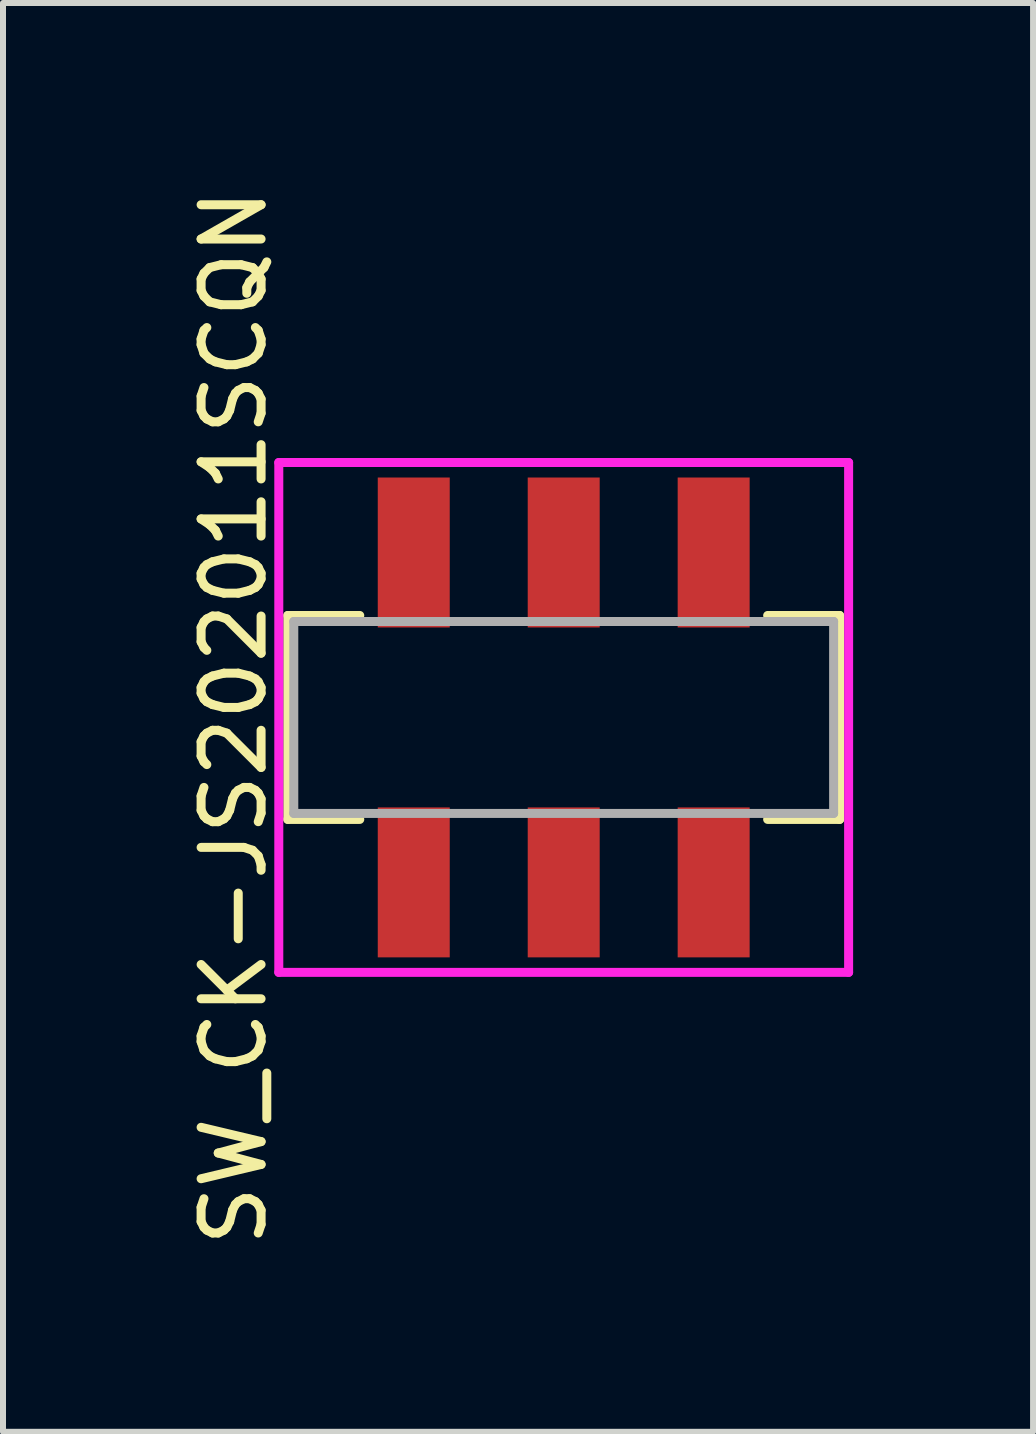
<source format=kicad_pcb>
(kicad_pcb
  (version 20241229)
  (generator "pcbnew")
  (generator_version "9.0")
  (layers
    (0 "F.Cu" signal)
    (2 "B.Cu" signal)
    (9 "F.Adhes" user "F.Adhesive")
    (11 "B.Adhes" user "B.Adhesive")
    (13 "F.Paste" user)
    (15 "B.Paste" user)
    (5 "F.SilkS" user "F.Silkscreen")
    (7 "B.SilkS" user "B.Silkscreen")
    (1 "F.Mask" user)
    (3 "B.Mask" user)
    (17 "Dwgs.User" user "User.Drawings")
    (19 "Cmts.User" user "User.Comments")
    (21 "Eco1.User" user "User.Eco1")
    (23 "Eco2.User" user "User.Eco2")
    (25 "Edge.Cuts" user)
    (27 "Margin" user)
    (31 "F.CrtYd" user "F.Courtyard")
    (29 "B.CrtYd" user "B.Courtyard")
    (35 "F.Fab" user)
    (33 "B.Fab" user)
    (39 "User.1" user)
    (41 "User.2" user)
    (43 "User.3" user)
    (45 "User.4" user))
  (footprint "SW_CK-JS202011SCQN"
    (layer "F.Cu")
    (at 6.348 8.911)
    (property "Reference" "SW_CK-JS202011SCQN" (at -5.5 0 90) (layer "F.SilkS") (effects (font (size 1 1) (thickness 0.15))))
    (attr through_hole)
    (fp_line (start -4.6 -1.7) (end -4.6 1.7) (stroke (width 0.15) (type solid)) (layer "F.SilkS"))
    (fp_line (start -4.6 1.7) (end -3.4 1.7) (stroke (width 0.15) (type solid)) (layer "F.SilkS"))
    (fp_line (start -3.4 -1.7) (end -4.6 -1.7) (stroke (width 0.15) (type solid)) (layer "F.SilkS"))
    (fp_line (start 3.4 -1.7) (end 4.6 -1.7) (stroke (width 0.15) (type solid)) (layer "F.SilkS"))
    (fp_line (start 4.6 -1.7) (end 4.6 1.7) (stroke (width 0.15) (type solid)) (layer "F.SilkS"))
    (fp_line (start 4.6 1.7) (end 3.4 1.7) (stroke (width 0.15) (type solid)) (layer "F.SilkS"))
    (fp_line (start -4.75 -4.25) (end 4.75 -4.25) (stroke (width 0.15) (type solid)) (layer "F.CrtYd"))
    (fp_line (start -4.75 4.25) (end -4.75 -4.25) (stroke (width 0.15) (type solid)) (layer "F.CrtYd"))
    (fp_line (start 4.75 -4.25) (end 4.75 4.25) (stroke (width 0.15) (type solid)) (layer "F.CrtYd"))
    (fp_line (start 4.75 4.25) (end -4.75 4.25) (stroke (width 0.15) (type solid)) (layer "F.CrtYd"))
    (fp_line (start -4.5 -1.6) (end 4.5 -1.6) (stroke (width 0.15) (type solid)) (layer "F.Fab"))
    (fp_line (start -4.5 1.6) (end -4.5 -1.6) (stroke (width 0.15) (type solid)) (layer "F.Fab"))
    (fp_line (start 4.5 -1.6) (end 4.5 1.6) (stroke (width 0.15) (type solid)) (layer "F.Fab"))
    (fp_line (start 4.5 1.6) (end -4.5 1.6) (stroke (width 0.15) (type solid)) (layer "F.Fab"))
    (pad "1" smd rect (at -2.5 2.75) (size 1.2 2.5) (layers "F.Cu" "F.Mask" "F.Paste"))
    (pad "2" smd rect (at 0 2.75) (size 1.2 2.5) (layers "F.Cu" "F.Mask" "F.Paste"))
    (pad "3" smd rect (at 2.5 2.75) (size 1.2 2.5) (layers "F.Cu" "F.Mask" "F.Paste"))
    (pad "4" smd rect (at 2.5 -2.75) (size 1.2 2.5) (layers "F.Cu" "F.Mask" "F.Paste"))
    (pad "5" smd rect (at 0 -2.75) (size 1.2 2.5) (layers "F.Cu" "F.Mask" "F.Paste"))
    (pad "6" smd rect (at -2.5 -2.75) (size 1.2 2.5) (layers "F.Cu" "F.Mask" "F.Paste")))
  (gr_rect
    (start -3 -3)
    (end 14.173 20.821)
    (stroke (width 0.1) (type default))
    (fill no)
    (layer "Edge.Cuts")))
</source>
